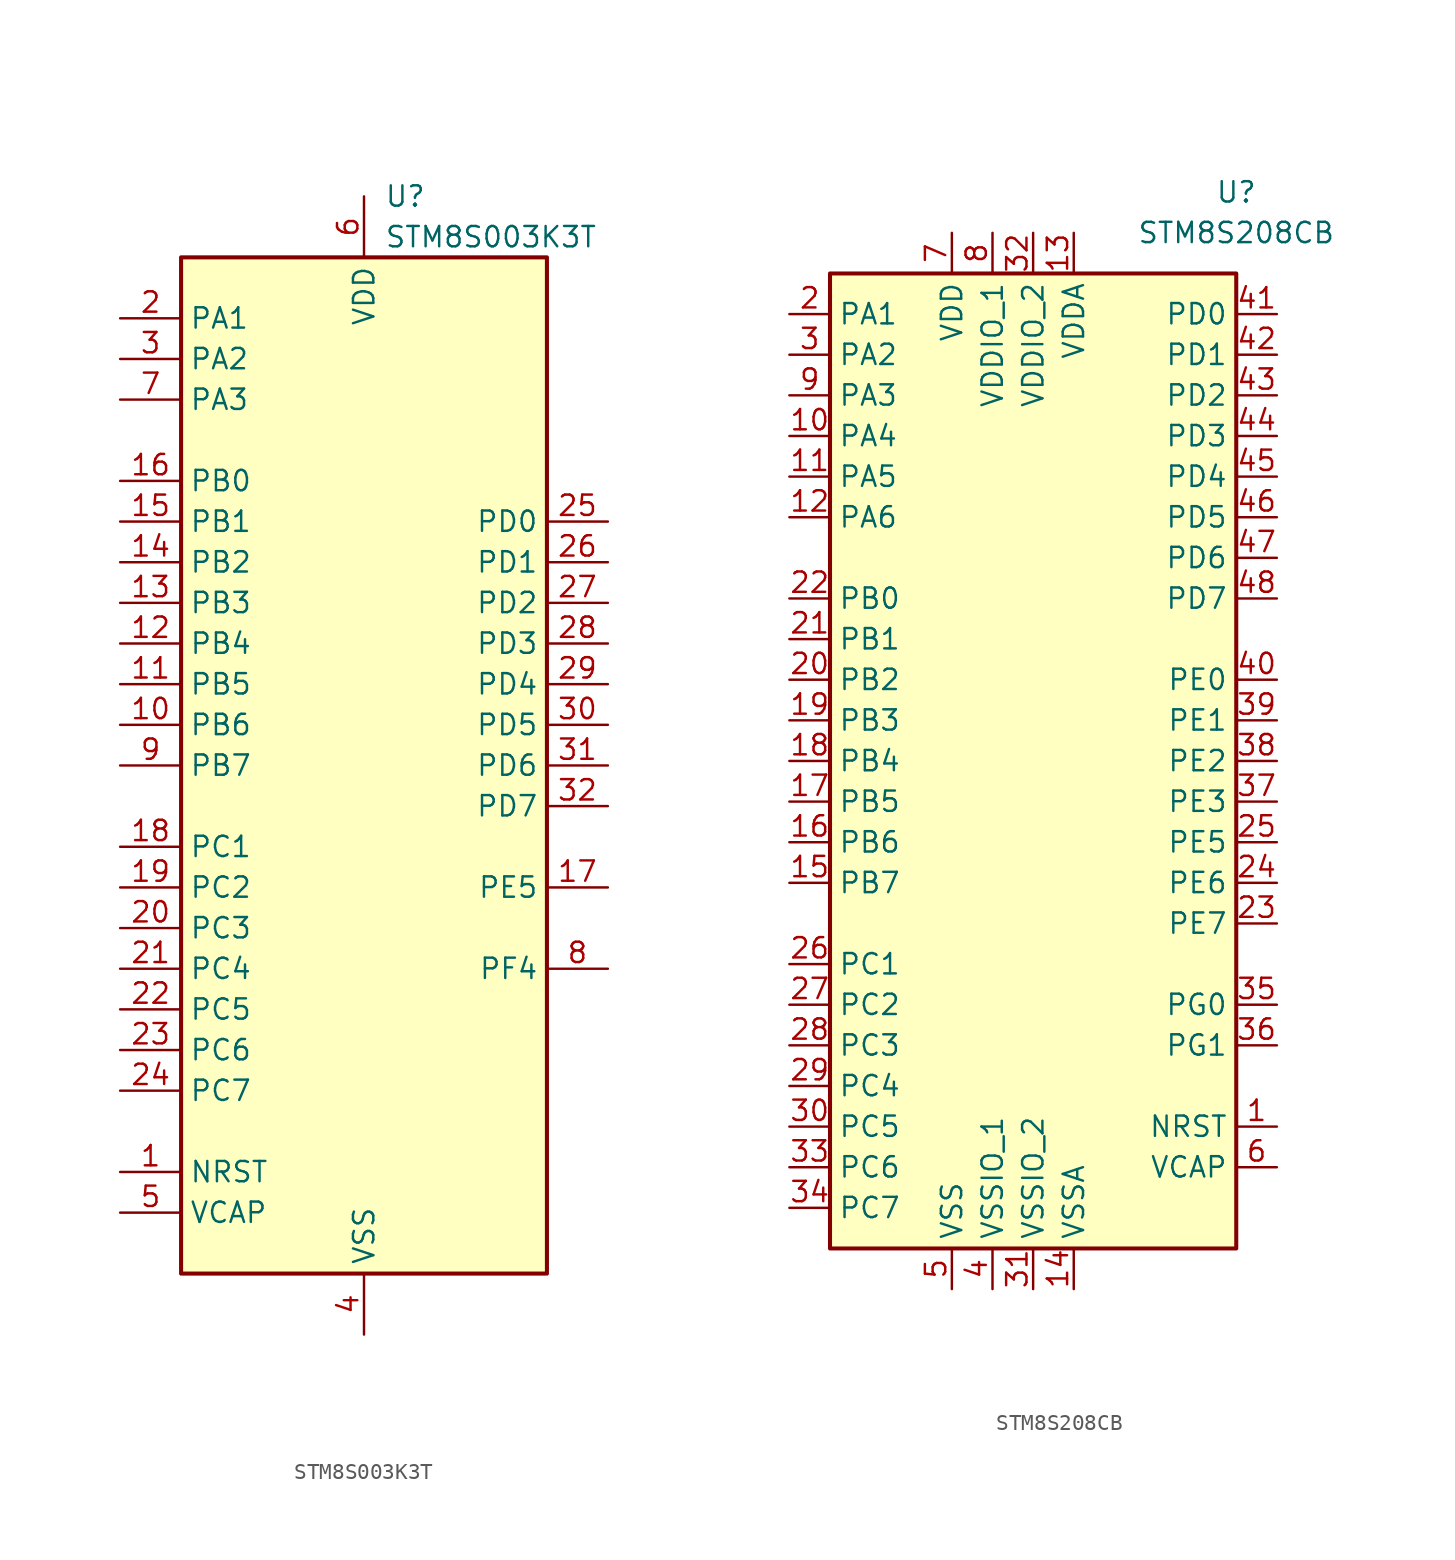
<source format=kicad_sym>
(kicad_symbol_lib
  (version 20231120)
  (generator "kicad_symbol_editor")
  (generator_version "8.0")
  (symbol "STM8S003K3T"
    (property "Reference" "U"
      (at 1.27 35.56 0)
      (effects (font (size 1.27 1.27)) (justify left)))
    (property "Value" "STM8S003K3T"
      (at 1.27 33.02 0)
      (effects (font (size 1.27 1.27)) (justify left)))
    (symbol "STM8S003K3T_0_1"
      (rectangle (start -11.43 31.75) (end 11.43 -31.75) (stroke (width 0.254) (type default)) (fill (type background))))
    (symbol "STM8S003K3T_1_1"
      (pin input line (at -15.24 -25.4 0) (length 3.81) (name "NRST" (effects (font (size 1.27 1.27)))) (number "1" (effects (font (size 1.27 1.27)))))
      (pin bidirectional line (at -15.24 2.54 0) (length 3.81) (name "PB6" (effects (font (size 1.27 1.27)))) (number "10" (effects (font (size 1.27 1.27)))))
      (pin bidirectional line (at -15.24 5.08 0) (length 3.81) (name "PB5" (effects (font (size 1.27 1.27)))) (number "11" (effects (font (size 1.27 1.27)))))
      (pin bidirectional line (at -15.24 7.62 0) (length 3.81) (name "PB4" (effects (font (size 1.27 1.27)))) (number "12" (effects (font (size 1.27 1.27)))))
      (pin bidirectional line (at -15.24 10.16 0) (length 3.81) (name "PB3" (effects (font (size 1.27 1.27)))) (number "13" (effects (font (size 1.27 1.27)))))
      (pin bidirectional line (at -15.24 12.7 0) (length 3.81) (name "PB2" (effects (font (size 1.27 1.27)))) (number "14" (effects (font (size 1.27 1.27)))))
      (pin bidirectional line (at -15.24 15.24 0) (length 3.81) (name "PB1" (effects (font (size 1.27 1.27)))) (number "15" (effects (font (size 1.27 1.27)))))
      (pin bidirectional line (at -15.24 17.78 0) (length 3.81) (name "PB0" (effects (font (size 1.27 1.27)))) (number "16" (effects (font (size 1.27 1.27)))))
      (pin bidirectional line (at 15.24 -7.62 180) (length 3.81) (name "PE5" (effects (font (size 1.27 1.27)))) (number "17" (effects (font (size 1.27 1.27)))))
      (pin bidirectional line (at -15.24 -5.08 0) (length 3.81) (name "PC1" (effects (font (size 1.27 1.27)))) (number "18" (effects (font (size 1.27 1.27)))))
      (pin bidirectional line (at -15.24 -7.62 0) (length 3.81) (name "PC2" (effects (font (size 1.27 1.27)))) (number "19" (effects (font (size 1.27 1.27)))))
      (pin bidirectional line (at -15.24 27.94 0) (length 3.81) (name "PA1" (effects (font (size 1.27 1.27)))) (number "2" (effects (font (size 1.27 1.27)))))
      (pin bidirectional line (at -15.24 -10.16 0) (length 3.81) (name "PC3" (effects (font (size 1.27 1.27)))) (number "20" (effects (font (size 1.27 1.27)))))
      (pin bidirectional line (at -15.24 -12.7 0) (length 3.81) (name "PC4" (effects (font (size 1.27 1.27)))) (number "21" (effects (font (size 1.27 1.27)))))
      (pin bidirectional line (at -15.24 -15.24 0) (length 3.81) (name "PC5" (effects (font (size 1.27 1.27)))) (number "22" (effects (font (size 1.27 1.27)))))
      (pin bidirectional line (at -15.24 -17.78 0) (length 3.81) (name "PC6" (effects (font (size 1.27 1.27)))) (number "23" (effects (font (size 1.27 1.27)))))
      (pin bidirectional line (at -15.24 -20.32 0) (length 3.81) (name "PC7" (effects (font (size 1.27 1.27)))) (number "24" (effects (font (size 1.27 1.27)))))
      (pin bidirectional line (at 15.24 15.24 180) (length 3.81) (name "PD0" (effects (font (size 1.27 1.27)))) (number "25" (effects (font (size 1.27 1.27)))))
      (pin bidirectional line (at 15.24 12.7 180) (length 3.81) (name "PD1" (effects (font (size 1.27 1.27)))) (number "26" (effects (font (size 1.27 1.27)))))
      (pin bidirectional line (at 15.24 10.16 180) (length 3.81) (name "PD2" (effects (font (size 1.27 1.27)))) (number "27" (effects (font (size 1.27 1.27)))))
      (pin bidirectional line (at 15.24 7.62 180) (length 3.81) (name "PD3" (effects (font (size 1.27 1.27)))) (number "28" (effects (font (size 1.27 1.27)))))
      (pin bidirectional line (at 15.24 5.08 180) (length 3.81) (name "PD4" (effects (font (size 1.27 1.27)))) (number "29" (effects (font (size 1.27 1.27)))))
      (pin bidirectional line (at -15.24 25.4 0) (length 3.81) (name "PA2" (effects (font (size 1.27 1.27)))) (number "3" (effects (font (size 1.27 1.27)))))
      (pin bidirectional line (at 15.24 2.54 180) (length 3.81) (name "PD5" (effects (font (size 1.27 1.27)))) (number "30" (effects (font (size 1.27 1.27)))))
      (pin bidirectional line (at 15.24 0 180) (length 3.81) (name "PD6" (effects (font (size 1.27 1.27)))) (number "31" (effects (font (size 1.27 1.27)))))
      (pin bidirectional line (at 15.24 -2.54 180) (length 3.81) (name "PD7" (effects (font (size 1.27 1.27)))) (number "32" (effects (font (size 1.27 1.27)))))
      (pin power_in line (at 0 -35.56 90) (length 3.81) (name "VSS" (effects (font (size 1.27 1.27)))) (number "4" (effects (font (size 1.27 1.27)))))
      (pin input line (at -15.24 -27.94 0) (length 3.81) (name "VCAP" (effects (font (size 1.27 1.27)))) (number "5" (effects (font (size 1.27 1.27)))))
      (pin power_in line (at 0 35.56 270) (length 3.81) (name "VDD" (effects (font (size 1.27 1.27)))) (number "6" (effects (font (size 1.27 1.27)))))
      (pin bidirectional line (at -15.24 22.86 0) (length 3.81) (name "PA3" (effects (font (size 1.27 1.27)))) (number "7" (effects (font (size 1.27 1.27)))))
      (pin bidirectional line (at 15.24 -12.7 180) (length 3.81) (name "PF4" (effects (font (size 1.27 1.27)))) (number "8" (effects (font (size 1.27 1.27)))))
      (pin bidirectional line (at -15.24 0 0) (length 3.81) (name "PB7" (effects (font (size 1.27 1.27)))) (number "9" (effects (font (size 1.27 1.27)))))))
  (symbol "STM8S208CB"
    (property "Reference" "U"
      (at 12.7 35.56 0)
      (effects (font (size 1.27 1.27))))
    (property "Value" "STM8S208CB"
      (at 12.7 33.02 0)
      (effects (font (size 1.27 1.27))))
    (symbol "STM8S208CB_0_1"
      (rectangle (start -12.7 -30.48) (end 12.7 30.48) (stroke (width 0.254) (type default)) (fill (type background))))
    (symbol "STM8S208CB_1_1"
      (pin input line (at 15.24 -22.86 180) (length 2.54) (name "NRST" (effects (font (size 1.27 1.27)))) (number "1" (effects (font (size 1.27 1.27)))))
      (pin bidirectional line (at -15.24 20.32 0) (length 2.54) (name "PA4" (effects (font (size 1.27 1.27)))) (number "10" (effects (font (size 1.27 1.27)))))
      (pin bidirectional line (at -15.24 17.78 0) (length 2.54) (name "PA5" (effects (font (size 1.27 1.27)))) (number "11" (effects (font (size 1.27 1.27)))))
      (pin bidirectional line (at -15.24 15.24 0) (length 2.54) (name "PA6" (effects (font (size 1.27 1.27)))) (number "12" (effects (font (size 1.27 1.27)))))
      (pin power_in line (at 2.54 33.02 270) (length 2.54) (name "VDDA" (effects (font (size 1.27 1.27)))) (number "13" (effects (font (size 1.27 1.27)))))
      (pin power_in line (at 2.54 -33.02 90) (length 2.54) (name "VSSA" (effects (font (size 1.27 1.27)))) (number "14" (effects (font (size 1.27 1.27)))))
      (pin bidirectional line (at -15.24 -7.62 0) (length 2.54) (name "PB7" (effects (font (size 1.27 1.27)))) (number "15" (effects (font (size 1.27 1.27)))))
      (pin bidirectional line (at -15.24 -5.08 0) (length 2.54) (name "PB6" (effects (font (size 1.27 1.27)))) (number "16" (effects (font (size 1.27 1.27)))))
      (pin bidirectional line (at -15.24 -2.54 0) (length 2.54) (name "PB5" (effects (font (size 1.27 1.27)))) (number "17" (effects (font (size 1.27 1.27)))))
      (pin bidirectional line (at -15.24 0 0) (length 2.54) (name "PB4" (effects (font (size 1.27 1.27)))) (number "18" (effects (font (size 1.27 1.27)))))
      (pin bidirectional line (at -15.24 2.54 0) (length 2.54) (name "PB3" (effects (font (size 1.27 1.27)))) (number "19" (effects (font (size 1.27 1.27)))))
      (pin bidirectional line (at -15.24 27.94 0) (length 2.54) (name "PA1" (effects (font (size 1.27 1.27)))) (number "2" (effects (font (size 1.27 1.27)))))
      (pin bidirectional line (at -15.24 5.08 0) (length 2.54) (name "PB2" (effects (font (size 1.27 1.27)))) (number "20" (effects (font (size 1.27 1.27)))))
      (pin bidirectional line (at -15.24 7.62 0) (length 2.54) (name "PB1" (effects (font (size 1.27 1.27)))) (number "21" (effects (font (size 1.27 1.27)))))
      (pin bidirectional line (at -15.24 10.16 0) (length 2.54) (name "PB0" (effects (font (size 1.27 1.27)))) (number "22" (effects (font (size 1.27 1.27)))))
      (pin bidirectional line (at 15.24 -10.16 180) (length 2.54) (name "PE7" (effects (font (size 1.27 1.27)))) (number "23" (effects (font (size 1.27 1.27)))))
      (pin bidirectional line (at 15.24 -7.62 180) (length 2.54) (name "PE6" (effects (font (size 1.27 1.27)))) (number "24" (effects (font (size 1.27 1.27)))))
      (pin bidirectional line (at 15.24 -5.08 180) (length 2.54) (name "PE5" (effects (font (size 1.27 1.27)))) (number "25" (effects (font (size 1.27 1.27)))))
      (pin bidirectional line (at -15.24 -12.7 0) (length 2.54) (name "PC1" (effects (font (size 1.27 1.27)))) (number "26" (effects (font (size 1.27 1.27)))))
      (pin bidirectional line (at -15.24 -15.24 0) (length 2.54) (name "PC2" (effects (font (size 1.27 1.27)))) (number "27" (effects (font (size 1.27 1.27)))))
      (pin bidirectional line (at -15.24 -17.78 0) (length 2.54) (name "PC3" (effects (font (size 1.27 1.27)))) (number "28" (effects (font (size 1.27 1.27)))))
      (pin bidirectional line (at -15.24 -20.32 0) (length 2.54) (name "PC4" (effects (font (size 1.27 1.27)))) (number "29" (effects (font (size 1.27 1.27)))))
      (pin bidirectional line (at -15.24 25.4 0) (length 2.54) (name "PA2" (effects (font (size 1.27 1.27)))) (number "3" (effects (font (size 1.27 1.27)))))
      (pin bidirectional line (at -15.24 -22.86 0) (length 2.54) (name "PC5" (effects (font (size 1.27 1.27)))) (number "30" (effects (font (size 1.27 1.27)))))
      (pin power_in line (at 0 -33.02 90) (length 2.54) (name "VSSIO_2" (effects (font (size 1.27 1.27)))) (number "31" (effects (font (size 1.27 1.27)))))
      (pin power_in line (at 0 33.02 270) (length 2.54) (name "VDDIO_2" (effects (font (size 1.27 1.27)))) (number "32" (effects (font (size 1.27 1.27)))))
      (pin bidirectional line (at -15.24 -25.4 0) (length 2.54) (name "PC6" (effects (font (size 1.27 1.27)))) (number "33" (effects (font (size 1.27 1.27)))))
      (pin bidirectional line (at -15.24 -27.94 0) (length 2.54) (name "PC7" (effects (font (size 1.27 1.27)))) (number "34" (effects (font (size 1.27 1.27)))))
      (pin bidirectional line (at 15.24 -15.24 180) (length 2.54) (name "PG0" (effects (font (size 1.27 1.27)))) (number "35" (effects (font (size 1.27 1.27)))))
      (pin bidirectional line (at 15.24 -17.78 180) (length 2.54) (name "PG1" (effects (font (size 1.27 1.27)))) (number "36" (effects (font (size 1.27 1.27)))))
      (pin bidirectional line (at 15.24 -2.54 180) (length 2.54) (name "PE3" (effects (font (size 1.27 1.27)))) (number "37" (effects (font (size 1.27 1.27)))))
      (pin bidirectional line (at 15.24 0 180) (length 2.54) (name "PE2" (effects (font (size 1.27 1.27)))) (number "38" (effects (font (size 1.27 1.27)))))
      (pin bidirectional line (at 15.24 2.54 180) (length 2.54) (name "PE1" (effects (font (size 1.27 1.27)))) (number "39" (effects (font (size 1.27 1.27)))))
      (pin power_in line (at -2.54 -33.02 90) (length 2.54) (name "VSSIO_1" (effects (font (size 1.27 1.27)))) (number "4" (effects (font (size 1.27 1.27)))))
      (pin bidirectional line (at 15.24 5.08 180) (length 2.54) (name "PE0" (effects (font (size 1.27 1.27)))) (number "40" (effects (font (size 1.27 1.27)))))
      (pin bidirectional line (at 15.24 27.94 180) (length 2.54) (name "PD0" (effects (font (size 1.27 1.27)))) (number "41" (effects (font (size 1.27 1.27)))))
      (pin bidirectional line (at 15.24 25.4 180) (length 2.54) (name "PD1" (effects (font (size 1.27 1.27)))) (number "42" (effects (font (size 1.27 1.27)))))
      (pin bidirectional line (at 15.24 22.86 180) (length 2.54) (name "PD2" (effects (font (size 1.27 1.27)))) (number "43" (effects (font (size 1.27 1.27)))))
      (pin bidirectional line (at 15.24 20.32 180) (length 2.54) (name "PD3" (effects (font (size 1.27 1.27)))) (number "44" (effects (font (size 1.27 1.27)))))
      (pin bidirectional line (at 15.24 17.78 180) (length 2.54) (name "PD4" (effects (font (size 1.27 1.27)))) (number "45" (effects (font (size 1.27 1.27)))))
      (pin bidirectional line (at 15.24 15.24 180) (length 2.54) (name "PD5" (effects (font (size 1.27 1.27)))) (number "46" (effects (font (size 1.27 1.27)))))
      (pin bidirectional line (at 15.24 12.7 180) (length 2.54) (name "PD6" (effects (font (size 1.27 1.27)))) (number "47" (effects (font (size 1.27 1.27)))))
      (pin bidirectional line (at 15.24 10.16 180) (length 2.54) (name "PD7" (effects (font (size 1.27 1.27)))) (number "48" (effects (font (size 1.27 1.27)))))
      (pin power_in line (at -5.08 -33.02 90) (length 2.54) (name "VSS" (effects (font (size 1.27 1.27)))) (number "5" (effects (font (size 1.27 1.27)))))
      (pin input line (at 15.24 -25.4 180) (length 2.54) (name "VCAP" (effects (font (size 1.27 1.27)))) (number "6" (effects (font (size 1.27 1.27)))))
      (pin power_in line (at -5.08 33.02 270) (length 2.54) (name "VDD" (effects (font (size 1.27 1.27)))) (number "7" (effects (font (size 1.27 1.27)))))
      (pin power_in line (at -2.54 33.02 270) (length 2.54) (name "VDDIO_1" (effects (font (size 1.27 1.27)))) (number "8" (effects (font (size 1.27 1.27)))))
      (pin bidirectional line (at -15.24 22.86 0) (length 2.54) (name "PA3" (effects (font (size 1.27 1.27)))) (number "9" (effects (font (size 1.27 1.27))))))))
</source>
